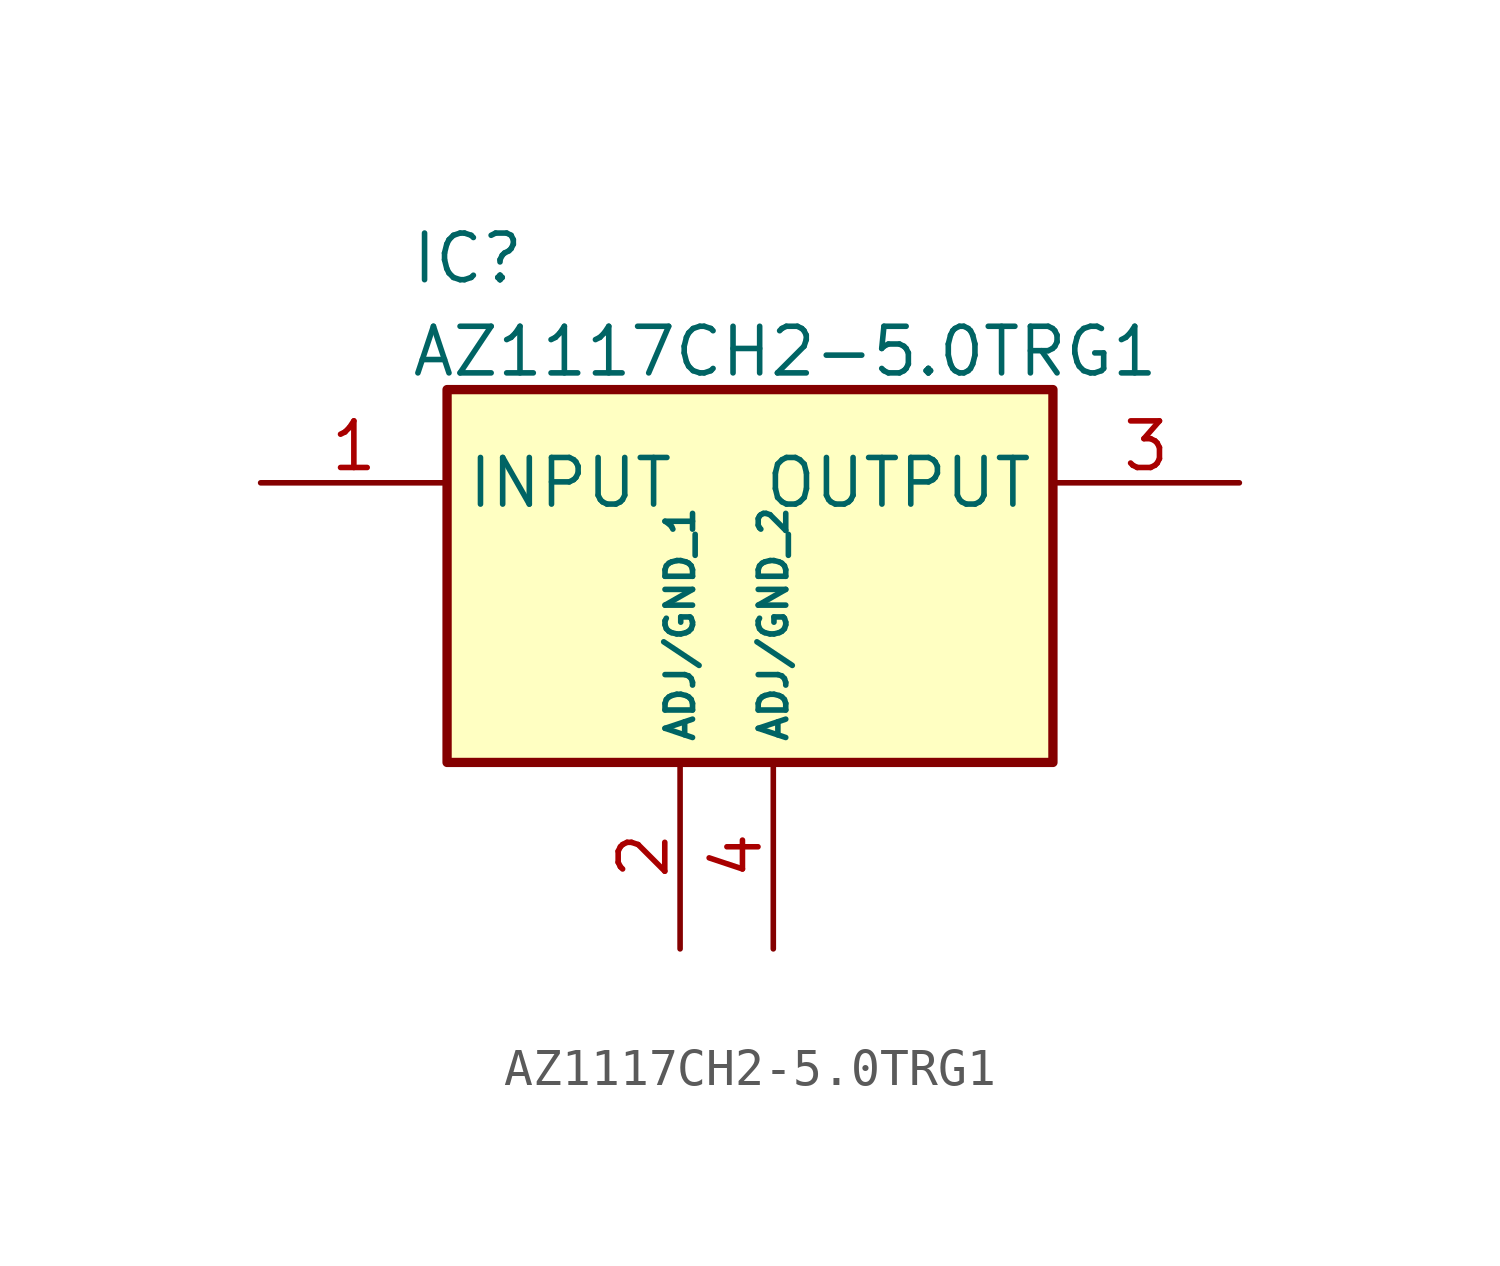
<source format=kicad_sym>
(kicad_symbol_lib
  (version 20231120)
  (generator "kicad_symbol_editor")
  (generator_version "8.0")
  (symbol "AZ1117CH2-5.0TRG1"
    (property "Reference" "IC"
      (at 4.064 6.858 0)
      (effects (font (size 1.27 1.27)) (justify left top)))
    (property "Value" "AZ1117CH2-5.0TRG1"
      (at 4.064 4.318 0)
      (effects (font (size 1.27 1.27)) (justify left top)))
    (symbol "AZ1117CH2-5.0TRG1_1_1"
      (rectangle (start 5.08 2.54) (end 21.59 -7.62) (stroke (width 0.254) (type default)) (fill (type background)))
      (pin passive line (at 0 0 0) (length 5.08) (name "INPUT" (effects (font (size 1.27 1.27)))) (number "1" (effects (font (size 1.27 1.27)))))
      (pin passive line (at 11.43 -12.7 90) (length 5.08) (name "ADJ/GND_1" (effects (font (size 0.75 0.75)))) (number "2" (effects (font (size 1.27 1.27)))))
      (pin passive line (at 26.67 0 180) (length 5.08) (name "OUTPUT" (effects (font (size 1.27 1.27)))) (number "3" (effects (font (size 1.27 1.27)))))
      (pin passive line (at 13.97 -12.7 90) (length 5.08) (name "ADJ/GND_2" (effects (font (size 0.75 0.75)))) (number "4" (effects (font (size 1.27 1.27))))))))
</source>
